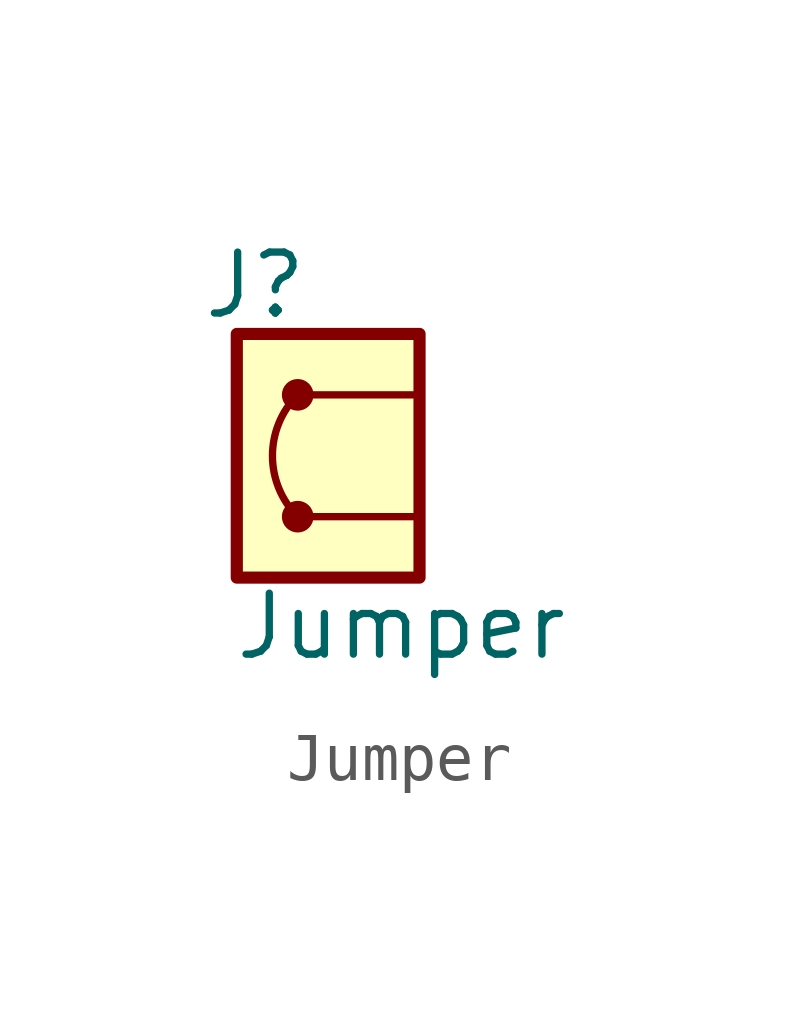
<source format=kicad_sym>
(kicad_symbol_lib
  (version 20241209)
  (generator "kicad_symbol_editor")
  (generator_version "9.0")
  (symbol "Jumper"
    (property "Reference" "J"
      (at -1.524 3.556 0)
      (effects (font (size 1.27 1.27))))
    (property "Value" "Jumper"
      (at 1.524 -3.556 0)
      (effects (font (size 1.27 1.27))))
    (symbol "Jumper_0_1"
      (arc (start -0.635 -1.27) (mid -1.1611 0) (end -0.635 1.27) (stroke (width 0) (type default)) (fill (type none)))
      (polyline (pts (xy 1.905 1.27) (xy -0.635 1.27)) (stroke (width 0) (type default)) (fill (type none)))
      (polyline (pts (xy 1.905 -1.27) (xy -0.635 -1.27)) (stroke (width 0) (type default)) (fill (type none))))
    (symbol "Jumper_1_1"
      (rectangle (start -1.905 2.54) (end 1.905 -2.54) (stroke (width 0.254) (type solid)) (fill (type background)))
      (circle (center -0.635 1.27) (radius 0.254) (stroke (width 0) (type solid)) (fill (type outline)))
      (circle (center -0.635 -1.27) (radius 0.254) (stroke (width 0) (type solid)) (fill (type outline))))))
</source>
